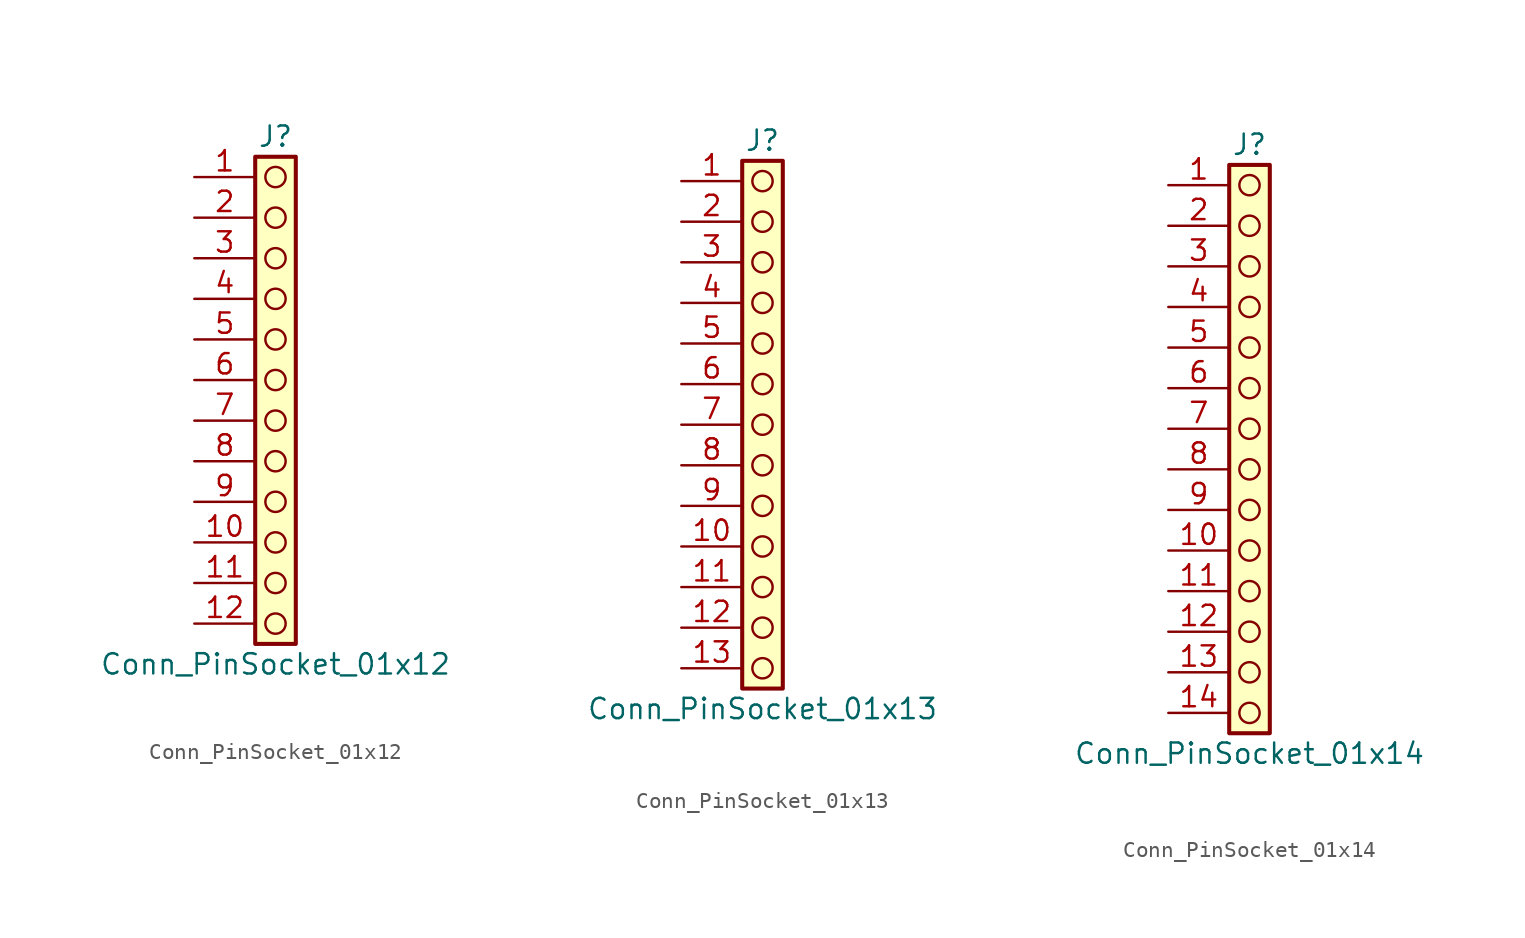
<source format=kicad_sym>
(kicad_symbol_lib
  (version 20241209)
  (generator "kicad_symbol_editor")
  (generator_version "9.0")
  (symbol "Conn_PinSocket_01x12"
    (pin_names
      (offset 1.016)
      (hide yes))
    (property "Reference" "J"
      (at 0 15.24 0)
      (effects (font (size 1.27 1.27))))
    (property "Value" "Conn_PinSocket_01x12"
      (at 0 -17.78 0)
      (effects (font (size 1.27 1.27))))
    (symbol "Conn_PinSocket_01x12_1_1"
      (rectangle (start -1.27 13.97) (end 1.27 -16.51) (stroke (width 0.254) (type default)) (fill (type background)))
      (circle (center 0 12.7) (radius 0.635) (stroke (width 0) (type solid) (color 132 0 0 1)) (fill (type none)))
      (circle (center 0 10.16) (radius 0.635) (stroke (width 0) (type solid) (color 132 0 0 1)) (fill (type none)))
      (circle (center 0 7.62) (radius 0.635) (stroke (width 0) (type solid) (color 132 0 0 1)) (fill (type none)))
      (circle (center 0 5.08) (radius 0.635) (stroke (width 0) (type solid) (color 132 0 0 1)) (fill (type none)))
      (circle (center 0 2.54) (radius 0.635) (stroke (width 0) (type solid) (color 132 0 0 1)) (fill (type none)))
      (circle (center 0 0) (radius 0.635) (stroke (width 0) (type solid) (color 132 0 0 1)) (fill (type none)))
      (circle (center 0 -2.54) (radius 0.635) (stroke (width 0) (type solid) (color 132 0 0 1)) (fill (type none)))
      (circle (center 0 -5.08) (radius 0.635) (stroke (width 0) (type solid) (color 132 0 0 1)) (fill (type none)))
      (circle (center 0 -7.62) (radius 0.635) (stroke (width 0) (type solid) (color 132 0 0 1)) (fill (type none)))
      (circle (center 0 -10.16) (radius 0.635) (stroke (width 0) (type solid) (color 132 0 0 1)) (fill (type none)))
      (circle (center 0 -12.7) (radius 0.635) (stroke (width 0) (type solid) (color 132 0 0 1)) (fill (type none)))
      (circle (center 0 -15.24) (radius 0.635) (stroke (width 0) (type solid) (color 132 0 0 1)) (fill (type none)))
      (pin passive line (at -5.08 12.7 0) (length 3.81) (name "Pin_1" (effects (font (size 1.27 1.27)))) (number "1" (effects (font (size 1.27 1.27)))))
      (pin passive line (at -5.08 10.16 0) (length 3.81) (name "Pin_2" (effects (font (size 1.27 1.27)))) (number "2" (effects (font (size 1.27 1.27)))))
      (pin passive line (at -5.08 7.62 0) (length 3.81) (name "Pin_3" (effects (font (size 1.27 1.27)))) (number "3" (effects (font (size 1.27 1.27)))))
      (pin passive line (at -5.08 5.08 0) (length 3.81) (name "Pin_4" (effects (font (size 1.27 1.27)))) (number "4" (effects (font (size 1.27 1.27)))))
      (pin passive line (at -5.08 2.54 0) (length 3.81) (name "Pin_5" (effects (font (size 1.27 1.27)))) (number "5" (effects (font (size 1.27 1.27)))))
      (pin passive line (at -5.08 0 0) (length 3.81) (name "Pin_6" (effects (font (size 1.27 1.27)))) (number "6" (effects (font (size 1.27 1.27)))))
      (pin passive line (at -5.08 -2.54 0) (length 3.81) (name "Pin_7" (effects (font (size 1.27 1.27)))) (number "7" (effects (font (size 1.27 1.27)))))
      (pin passive line (at -5.08 -5.08 0) (length 3.81) (name "Pin_8" (effects (font (size 1.27 1.27)))) (number "8" (effects (font (size 1.27 1.27)))))
      (pin passive line (at -5.08 -7.62 0) (length 3.81) (name "Pin_9" (effects (font (size 1.27 1.27)))) (number "9" (effects (font (size 1.27 1.27)))))
      (pin passive line (at -5.08 -10.16 0) (length 3.81) (name "Pin_10" (effects (font (size 1.27 1.27)))) (number "10" (effects (font (size 1.27 1.27)))))
      (pin passive line (at -5.08 -12.7 0) (length 3.81) (name "Pin_11" (effects (font (size 1.27 1.27)))) (number "11" (effects (font (size 1.27 1.27)))))
      (pin passive line (at -5.08 -15.24 0) (length 3.81) (name "Pin_12" (effects (font (size 1.27 1.27)))) (number "12" (effects (font (size 1.27 1.27)))))))
  (symbol "Conn_PinSocket_01x13"
    (pin_names
      (offset 1.016)
      (hide yes))
    (property "Reference" "J"
      (at 0 17.78 0)
      (effects (font (size 1.27 1.27))))
    (property "Value" "Conn_PinSocket_01x13"
      (at 0 -17.78 0)
      (effects (font (size 1.27 1.27))))
    (symbol "Conn_PinSocket_01x13_1_1"
      (rectangle (start -1.27 16.51) (end 1.27 -16.51) (stroke (width 0.254) (type default)) (fill (type background)))
      (circle (center 0 15.24) (radius 0.635) (stroke (width 0) (type solid) (color 132 0 0 1)) (fill (type none)))
      (circle (center 0 12.7) (radius 0.635) (stroke (width 0) (type solid) (color 132 0 0 1)) (fill (type none)))
      (circle (center 0 10.16) (radius 0.635) (stroke (width 0) (type solid) (color 132 0 0 1)) (fill (type none)))
      (circle (center 0 7.62) (radius 0.635) (stroke (width 0) (type solid) (color 132 0 0 1)) (fill (type none)))
      (circle (center 0 5.08) (radius 0.635) (stroke (width 0) (type solid) (color 132 0 0 1)) (fill (type none)))
      (circle (center 0 2.54) (radius 0.635) (stroke (width 0) (type solid) (color 132 0 0 1)) (fill (type none)))
      (circle (center 0 0) (radius 0.635) (stroke (width 0) (type solid) (color 132 0 0 1)) (fill (type none)))
      (circle (center 0 -2.54) (radius 0.635) (stroke (width 0) (type solid) (color 132 0 0 1)) (fill (type none)))
      (circle (center 0 -5.08) (radius 0.635) (stroke (width 0) (type solid) (color 132 0 0 1)) (fill (type none)))
      (circle (center 0 -7.62) (radius 0.635) (stroke (width 0) (type solid) (color 132 0 0 1)) (fill (type none)))
      (circle (center 0 -10.16) (radius 0.635) (stroke (width 0) (type solid) (color 132 0 0 1)) (fill (type none)))
      (circle (center 0 -12.7) (radius 0.635) (stroke (width 0) (type solid) (color 132 0 0 1)) (fill (type none)))
      (circle (center 0 -15.24) (radius 0.635) (stroke (width 0) (type solid) (color 132 0 0 1)) (fill (type none)))
      (pin passive line (at -5.08 15.24 0) (length 3.81) (name "Pin_1" (effects (font (size 1.27 1.27)))) (number "1" (effects (font (size 1.27 1.27)))))
      (pin passive line (at -5.08 12.7 0) (length 3.81) (name "Pin_2" (effects (font (size 1.27 1.27)))) (number "2" (effects (font (size 1.27 1.27)))))
      (pin passive line (at -5.08 10.16 0) (length 3.81) (name "Pin_3" (effects (font (size 1.27 1.27)))) (number "3" (effects (font (size 1.27 1.27)))))
      (pin passive line (at -5.08 7.62 0) (length 3.81) (name "Pin_4" (effects (font (size 1.27 1.27)))) (number "4" (effects (font (size 1.27 1.27)))))
      (pin passive line (at -5.08 5.08 0) (length 3.81) (name "Pin_5" (effects (font (size 1.27 1.27)))) (number "5" (effects (font (size 1.27 1.27)))))
      (pin passive line (at -5.08 2.54 0) (length 3.81) (name "Pin_6" (effects (font (size 1.27 1.27)))) (number "6" (effects (font (size 1.27 1.27)))))
      (pin passive line (at -5.08 0 0) (length 3.81) (name "Pin_7" (effects (font (size 1.27 1.27)))) (number "7" (effects (font (size 1.27 1.27)))))
      (pin passive line (at -5.08 -2.54 0) (length 3.81) (name "Pin_8" (effects (font (size 1.27 1.27)))) (number "8" (effects (font (size 1.27 1.27)))))
      (pin passive line (at -5.08 -5.08 0) (length 3.81) (name "Pin_9" (effects (font (size 1.27 1.27)))) (number "9" (effects (font (size 1.27 1.27)))))
      (pin passive line (at -5.08 -7.62 0) (length 3.81) (name "Pin_10" (effects (font (size 1.27 1.27)))) (number "10" (effects (font (size 1.27 1.27)))))
      (pin passive line (at -5.08 -10.16 0) (length 3.81) (name "Pin_11" (effects (font (size 1.27 1.27)))) (number "11" (effects (font (size 1.27 1.27)))))
      (pin passive line (at -5.08 -12.7 0) (length 3.81) (name "Pin_12" (effects (font (size 1.27 1.27)))) (number "12" (effects (font (size 1.27 1.27)))))
      (pin passive line (at -5.08 -15.24 0) (length 3.81) (name "Pin_13" (effects (font (size 1.27 1.27)))) (number "13" (effects (font (size 1.27 1.27)))))))
  (symbol "Conn_PinSocket_01x14"
    (pin_names
      (offset 1.016)
      (hide yes))
    (property "Reference" "J"
      (at 0 17.78 0)
      (effects (font (size 1.27 1.27))))
    (property "Value" "Conn_PinSocket_01x14"
      (at 0 -20.32 0)
      (effects (font (size 1.27 1.27))))
    (symbol "Conn_PinSocket_01x14_1_1"
      (rectangle (start -1.27 16.51) (end 1.27 -19.05) (stroke (width 0.254) (type default)) (fill (type background)))
      (circle (center 0 15.24) (radius 0.635) (stroke (width 0) (type solid) (color 132 0 0 1)) (fill (type none)))
      (circle (center 0 12.7) (radius 0.635) (stroke (width 0) (type solid) (color 132 0 0 1)) (fill (type none)))
      (circle (center 0 10.16) (radius 0.635) (stroke (width 0) (type solid) (color 132 0 0 1)) (fill (type none)))
      (circle (center 0 7.62) (radius 0.635) (stroke (width 0) (type solid) (color 132 0 0 1)) (fill (type none)))
      (circle (center 0 5.08) (radius 0.635) (stroke (width 0) (type solid) (color 132 0 0 1)) (fill (type none)))
      (circle (center 0 2.54) (radius 0.635) (stroke (width 0) (type solid) (color 132 0 0 1)) (fill (type none)))
      (circle (center 0 0) (radius 0.635) (stroke (width 0) (type solid) (color 132 0 0 1)) (fill (type none)))
      (circle (center 0 -2.54) (radius 0.635) (stroke (width 0) (type solid) (color 132 0 0 1)) (fill (type none)))
      (circle (center 0 -5.08) (radius 0.635) (stroke (width 0) (type solid) (color 132 0 0 1)) (fill (type none)))
      (circle (center 0 -7.62) (radius 0.635) (stroke (width 0) (type solid) (color 132 0 0 1)) (fill (type none)))
      (circle (center 0 -10.16) (radius 0.635) (stroke (width 0) (type solid) (color 132 0 0 1)) (fill (type none)))
      (circle (center 0 -12.7) (radius 0.635) (stroke (width 0) (type solid) (color 132 0 0 1)) (fill (type none)))
      (circle (center 0 -15.24) (radius 0.635) (stroke (width 0) (type solid) (color 132 0 0 1)) (fill (type none)))
      (circle (center 0 -17.78) (radius 0.635) (stroke (width 0) (type solid) (color 132 0 0 1)) (fill (type none)))
      (pin passive line (at -5.08 15.24 0) (length 3.81) (name "Pin_1" (effects (font (size 1.27 1.27)))) (number "1" (effects (font (size 1.27 1.27)))))
      (pin passive line (at -5.08 12.7 0) (length 3.81) (name "Pin_2" (effects (font (size 1.27 1.27)))) (number "2" (effects (font (size 1.27 1.27)))))
      (pin passive line (at -5.08 10.16 0) (length 3.81) (name "Pin_3" (effects (font (size 1.27 1.27)))) (number "3" (effects (font (size 1.27 1.27)))))
      (pin passive line (at -5.08 7.62 0) (length 3.81) (name "Pin_4" (effects (font (size 1.27 1.27)))) (number "4" (effects (font (size 1.27 1.27)))))
      (pin passive line (at -5.08 5.08 0) (length 3.81) (name "Pin_5" (effects (font (size 1.27 1.27)))) (number "5" (effects (font (size 1.27 1.27)))))
      (pin passive line (at -5.08 2.54 0) (length 3.81) (name "Pin_6" (effects (font (size 1.27 1.27)))) (number "6" (effects (font (size 1.27 1.27)))))
      (pin passive line (at -5.08 0 0) (length 3.81) (name "Pin_7" (effects (font (size 1.27 1.27)))) (number "7" (effects (font (size 1.27 1.27)))))
      (pin passive line (at -5.08 -2.54 0) (length 3.81) (name "Pin_8" (effects (font (size 1.27 1.27)))) (number "8" (effects (font (size 1.27 1.27)))))
      (pin passive line (at -5.08 -5.08 0) (length 3.81) (name "Pin_9" (effects (font (size 1.27 1.27)))) (number "9" (effects (font (size 1.27 1.27)))))
      (pin passive line (at -5.08 -7.62 0) (length 3.81) (name "Pin_10" (effects (font (size 1.27 1.27)))) (number "10" (effects (font (size 1.27 1.27)))))
      (pin passive line (at -5.08 -10.16 0) (length 3.81) (name "Pin_11" (effects (font (size 1.27 1.27)))) (number "11" (effects (font (size 1.27 1.27)))))
      (pin passive line (at -5.08 -12.7 0) (length 3.81) (name "Pin_12" (effects (font (size 1.27 1.27)))) (number "12" (effects (font (size 1.27 1.27)))))
      (pin passive line (at -5.08 -15.24 0) (length 3.81) (name "Pin_13" (effects (font (size 1.27 1.27)))) (number "13" (effects (font (size 1.27 1.27)))))
      (pin passive line (at -5.08 -17.78 0) (length 3.81) (name "Pin_14" (effects (font (size 1.27 1.27)))) (number "14" (effects (font (size 1.27 1.27))))))))
</source>
